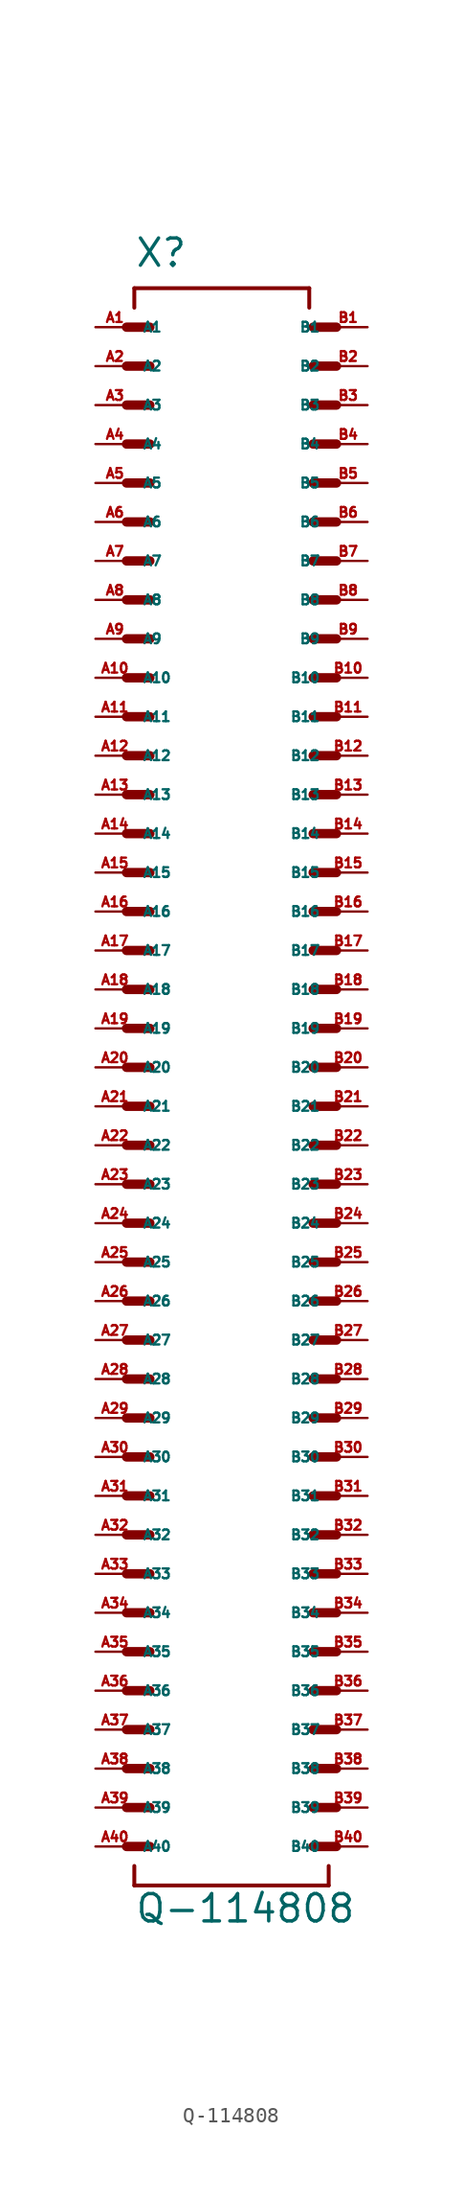
<source format=kicad_sym>
(kicad_symbol_lib
  (version 20220914)
  (generator Eagle2Kicad)
  (symbol "Q-114808"
    (property "Reference" "X"
      (at -5.08 52.07 0)
      (effects (font (size 1.778 1.778) (thickness 0.22)) (justify left bottom)))
    (property "Value" "Q-114808"
      (at -5.08 -55.88 0)
      (effects (font (size 1.778 1.778) (thickness 0.22)) (justify left bottom)))
    (polyline
      (pts (xy -5.588 48.26) (xy -4.064 48.26))
      (stroke (width 0.61) (type default))
      (fill (type none)))
    (polyline
      (pts (xy -5.588 45.72) (xy -4.064 45.72))
      (stroke (width 0.61) (type default))
      (fill (type none)))
    (polyline
      (pts (xy -5.588 43.18) (xy -4.064 43.18))
      (stroke (width 0.61) (type default))
      (fill (type none)))
    (polyline
      (pts (xy -5.588 40.64) (xy -4.064 40.64))
      (stroke (width 0.61) (type default))
      (fill (type none)))
    (polyline
      (pts (xy -5.588 38.1) (xy -4.064 38.1))
      (stroke (width 0.61) (type default))
      (fill (type none)))
    (polyline
      (pts (xy -5.588 35.56) (xy -4.064 35.56))
      (stroke (width 0.61) (type default))
      (fill (type none)))
    (polyline
      (pts (xy 8.128 35.56) (xy 6.604 35.56))
      (stroke (width 0.61) (type default))
      (fill (type none)))
    (polyline
      (pts (xy 8.128 38.1) (xy 6.604 38.1))
      (stroke (width 0.61) (type default))
      (fill (type none)))
    (polyline
      (pts (xy 8.128 40.64) (xy 6.604 40.64))
      (stroke (width 0.61) (type default))
      (fill (type none)))
    (polyline
      (pts (xy 8.128 43.18) (xy 6.604 43.18))
      (stroke (width 0.61) (type default))
      (fill (type none)))
    (polyline
      (pts (xy 8.128 45.72) (xy 6.604 45.72))
      (stroke (width 0.61) (type default))
      (fill (type none)))
    (polyline
      (pts (xy 8.128 48.26) (xy 6.604 48.26))
      (stroke (width 0.61) (type default))
      (fill (type none)))
    (polyline
      (pts (xy -5.08 49.53) (xy -5.08 50.8))
      (stroke (width 0.254) (type default))
      (fill (type none)))
    (polyline
      (pts (xy -5.08 50.8) (xy 6.35 50.8))
      (stroke (width 0.254) (type default))
      (fill (type none)))
    (polyline
      (pts (xy 6.35 50.8) (xy 6.35 49.53))
      (stroke (width 0.254) (type default))
      (fill (type none)))
    (polyline
      (pts (xy -5.08 -52.07) (xy -5.08 -53.34))
      (stroke (width 0.254) (type default))
      (fill (type none)))
    (polyline
      (pts (xy -5.08 -53.34) (xy 7.62 -53.34))
      (stroke (width 0.254) (type default))
      (fill (type none)))
    (polyline
      (pts (xy 7.62 -53.34) (xy 7.62 -52.07))
      (stroke (width 0.254) (type default))
      (fill (type none)))
    (polyline
      (pts (xy -5.588 33.02) (xy -4.064 33.02))
      (stroke (width 0.61) (type default))
      (fill (type none)))
    (polyline
      (pts (xy -5.588 30.48) (xy -4.064 30.48))
      (stroke (width 0.61) (type default))
      (fill (type none)))
    (polyline
      (pts (xy -5.588 27.94) (xy -4.064 27.94))
      (stroke (width 0.61) (type default))
      (fill (type none)))
    (polyline
      (pts (xy -5.588 25.4) (xy -4.064 25.4))
      (stroke (width 0.61) (type default))
      (fill (type none)))
    (polyline
      (pts (xy -5.588 22.86) (xy -4.064 22.86))
      (stroke (width 0.61) (type default))
      (fill (type none)))
    (polyline
      (pts (xy -5.588 20.32) (xy -4.064 20.32))
      (stroke (width 0.61) (type default))
      (fill (type none)))
    (polyline
      (pts (xy 8.128 20.32) (xy 6.604 20.32))
      (stroke (width 0.61) (type default))
      (fill (type none)))
    (polyline
      (pts (xy 8.128 22.86) (xy 6.604 22.86))
      (stroke (width 0.61) (type default))
      (fill (type none)))
    (polyline
      (pts (xy 8.128 25.4) (xy 6.604 25.4))
      (stroke (width 0.61) (type default))
      (fill (type none)))
    (polyline
      (pts (xy 8.128 27.94) (xy 6.604 27.94))
      (stroke (width 0.61) (type default))
      (fill (type none)))
    (polyline
      (pts (xy 8.128 30.48) (xy 6.604 30.48))
      (stroke (width 0.61) (type default))
      (fill (type none)))
    (polyline
      (pts (xy 8.128 33.02) (xy 6.604 33.02))
      (stroke (width 0.61) (type default))
      (fill (type none)))
    (polyline
      (pts (xy -5.588 17.78) (xy -4.064 17.78))
      (stroke (width 0.61) (type default))
      (fill (type none)))
    (polyline
      (pts (xy 8.128 17.78) (xy 6.604 17.78))
      (stroke (width 0.61) (type default))
      (fill (type none)))
    (polyline
      (pts (xy -5.588 15.24) (xy -4.064 15.24))
      (stroke (width 0.61) (type default))
      (fill (type none)))
    (polyline
      (pts (xy -5.588 12.7) (xy -4.064 12.7))
      (stroke (width 0.61) (type default))
      (fill (type none)))
    (polyline
      (pts (xy -5.588 10.16) (xy -4.064 10.16))
      (stroke (width 0.61) (type default))
      (fill (type none)))
    (polyline
      (pts (xy -5.588 7.62) (xy -4.064 7.62))
      (stroke (width 0.61) (type default))
      (fill (type none)))
    (polyline
      (pts (xy -5.588 5.08) (xy -4.064 5.08))
      (stroke (width 0.61) (type default))
      (fill (type none)))
    (polyline
      (pts (xy -5.588 2.54) (xy -4.064 2.54))
      (stroke (width 0.61) (type default))
      (fill (type none)))
    (polyline
      (pts (xy 8.128 2.54) (xy 6.604 2.54))
      (stroke (width 0.61) (type default))
      (fill (type none)))
    (polyline
      (pts (xy 8.128 5.08) (xy 6.604 5.08))
      (stroke (width 0.61) (type default))
      (fill (type none)))
    (polyline
      (pts (xy 8.128 7.62) (xy 6.604 7.62))
      (stroke (width 0.61) (type default))
      (fill (type none)))
    (polyline
      (pts (xy 8.128 10.16) (xy 6.604 10.16))
      (stroke (width 0.61) (type default))
      (fill (type none)))
    (polyline
      (pts (xy 8.128 12.7) (xy 6.604 12.7))
      (stroke (width 0.61) (type default))
      (fill (type none)))
    (polyline
      (pts (xy 8.128 15.24) (xy 6.604 15.24))
      (stroke (width 0.61) (type default))
      (fill (type none)))
    (polyline
      (pts (xy -5.588 0) (xy -4.064 0))
      (stroke (width 0.61) (type default))
      (fill (type none)))
    (polyline
      (pts (xy -5.588 -2.54) (xy -4.064 -2.54))
      (stroke (width 0.61) (type default))
      (fill (type none)))
    (polyline
      (pts (xy -5.588 -5.08) (xy -4.064 -5.08))
      (stroke (width 0.61) (type default))
      (fill (type none)))
    (polyline
      (pts (xy -5.588 -7.62) (xy -4.064 -7.62))
      (stroke (width 0.61) (type default))
      (fill (type none)))
    (polyline
      (pts (xy -5.588 -10.16) (xy -4.064 -10.16))
      (stroke (width 0.61) (type default))
      (fill (type none)))
    (polyline
      (pts (xy -5.588 -12.7) (xy -4.064 -12.7))
      (stroke (width 0.61) (type default))
      (fill (type none)))
    (polyline
      (pts (xy 8.128 -12.7) (xy 6.604 -12.7))
      (stroke (width 0.61) (type default))
      (fill (type none)))
    (polyline
      (pts (xy 8.128 -10.16) (xy 6.604 -10.16))
      (stroke (width 0.61) (type default))
      (fill (type none)))
    (polyline
      (pts (xy 8.128 -7.62) (xy 6.604 -7.62))
      (stroke (width 0.61) (type default))
      (fill (type none)))
    (polyline
      (pts (xy 8.128 -5.08) (xy 6.604 -5.08))
      (stroke (width 0.61) (type default))
      (fill (type none)))
    (polyline
      (pts (xy 8.128 -2.54) (xy 6.604 -2.54))
      (stroke (width 0.61) (type default))
      (fill (type none)))
    (polyline
      (pts (xy 8.128 0) (xy 6.604 0))
      (stroke (width 0.61) (type default))
      (fill (type none)))
    (polyline
      (pts (xy -5.588 -15.24) (xy -4.064 -15.24))
      (stroke (width 0.61) (type default))
      (fill (type none)))
    (polyline
      (pts (xy -5.588 -17.78) (xy -4.064 -17.78))
      (stroke (width 0.61) (type default))
      (fill (type none)))
    (polyline
      (pts (xy -5.588 -20.32) (xy -4.064 -20.32))
      (stroke (width 0.61) (type default))
      (fill (type none)))
    (polyline
      (pts (xy -5.588 -22.86) (xy -4.064 -22.86))
      (stroke (width 0.61) (type default))
      (fill (type none)))
    (polyline
      (pts (xy -5.588 -25.4) (xy -4.064 -25.4))
      (stroke (width 0.61) (type default))
      (fill (type none)))
    (polyline
      (pts (xy -5.588 -27.94) (xy -4.064 -27.94))
      (stroke (width 0.61) (type default))
      (fill (type none)))
    (polyline
      (pts (xy 8.128 -27.94) (xy 6.604 -27.94))
      (stroke (width 0.61) (type default))
      (fill (type none)))
    (polyline
      (pts (xy 8.128 -25.4) (xy 6.604 -25.4))
      (stroke (width 0.61) (type default))
      (fill (type none)))
    (polyline
      (pts (xy 8.128 -22.86) (xy 6.604 -22.86))
      (stroke (width 0.61) (type default))
      (fill (type none)))
    (polyline
      (pts (xy 8.128 -20.32) (xy 6.604 -20.32))
      (stroke (width 0.61) (type default))
      (fill (type none)))
    (polyline
      (pts (xy 8.128 -17.78) (xy 6.604 -17.78))
      (stroke (width 0.61) (type default))
      (fill (type none)))
    (polyline
      (pts (xy 8.128 -15.24) (xy 6.604 -15.24))
      (stroke (width 0.61) (type default))
      (fill (type none)))
    (polyline
      (pts (xy -5.588 -30.48) (xy -4.064 -30.48))
      (stroke (width 0.61) (type default))
      (fill (type none)))
    (polyline
      (pts (xy -5.588 -33.02) (xy -4.064 -33.02))
      (stroke (width 0.61) (type default))
      (fill (type none)))
    (polyline
      (pts (xy -5.588 -35.56) (xy -4.064 -35.56))
      (stroke (width 0.61) (type default))
      (fill (type none)))
    (polyline
      (pts (xy 8.128 -35.56) (xy 6.604 -35.56))
      (stroke (width 0.61) (type default))
      (fill (type none)))
    (polyline
      (pts (xy 8.128 -33.02) (xy 6.604 -33.02))
      (stroke (width 0.61) (type default))
      (fill (type none)))
    (polyline
      (pts (xy 8.128 -30.48) (xy 6.604 -30.48))
      (stroke (width 0.61) (type default))
      (fill (type none)))
    (polyline
      (pts (xy -5.588 -38.1) (xy -4.064 -38.1))
      (stroke (width 0.61) (type default))
      (fill (type none)))
    (polyline
      (pts (xy -5.588 -40.64) (xy -4.064 -40.64))
      (stroke (width 0.61) (type default))
      (fill (type none)))
    (polyline
      (pts (xy -5.588 -43.18) (xy -4.064 -43.18))
      (stroke (width 0.61) (type default))
      (fill (type none)))
    (polyline
      (pts (xy 8.128 -43.18) (xy 6.604 -43.18))
      (stroke (width 0.61) (type default))
      (fill (type none)))
    (polyline
      (pts (xy 8.128 -40.64) (xy 6.604 -40.64))
      (stroke (width 0.61) (type default))
      (fill (type none)))
    (polyline
      (pts (xy 8.128 -38.1) (xy 6.604 -38.1))
      (stroke (width 0.61) (type default))
      (fill (type none)))
    (polyline
      (pts (xy -5.588 -45.72) (xy -4.064 -45.72))
      (stroke (width 0.61) (type default))
      (fill (type none)))
    (polyline
      (pts (xy -5.588 -48.26) (xy -4.064 -48.26))
      (stroke (width 0.61) (type default))
      (fill (type none)))
    (polyline
      (pts (xy -5.588 -50.8) (xy -4.064 -50.8))
      (stroke (width 0.61) (type default))
      (fill (type none)))
    (polyline
      (pts (xy 8.128 -50.8) (xy 6.604 -50.8))
      (stroke (width 0.61) (type default))
      (fill (type none)))
    (polyline
      (pts (xy 8.128 -48.26) (xy 6.604 -48.26))
      (stroke (width 0.61) (type default))
      (fill (type none)))
    (polyline
      (pts (xy 8.128 -45.72) (xy 6.604 -45.72))
      (stroke (width 0.61) (type default))
      (fill (type none)))
    (pin passive line
      (at -7.62 48.26 0)
      (length 2.54)
      (name "A1" (effects (font (size 0.635 0.635) (thickness 0.08)) (justify left bottom)))
      (number "A1" (effects (font (size 0.635 0.635) (thickness 0.08)) (justify left bottom))))
    (pin passive line
      (at -7.62 45.72 0)
      (length 2.54)
      (name "A2" (effects (font (size 0.635 0.635) (thickness 0.08)) (justify left bottom)))
      (number "A2" (effects (font (size 0.635 0.635) (thickness 0.08)) (justify left bottom))))
    (pin passive line
      (at -7.62 43.18 0)
      (length 2.54)
      (name "A3" (effects (font (size 0.635 0.635) (thickness 0.08)) (justify left bottom)))
      (number "A3" (effects (font (size 0.635 0.635) (thickness 0.08)) (justify left bottom))))
    (pin passive line
      (at -7.62 40.64 0)
      (length 2.54)
      (name "A4" (effects (font (size 0.635 0.635) (thickness 0.08)) (justify left bottom)))
      (number "A4" (effects (font (size 0.635 0.635) (thickness 0.08)) (justify left bottom))))
    (pin passive line
      (at -7.62 38.1 0)
      (length 2.54)
      (name "A5" (effects (font (size 0.635 0.635) (thickness 0.08)) (justify left bottom)))
      (number "A5" (effects (font (size 0.635 0.635) (thickness 0.08)) (justify left bottom))))
    (pin passive line
      (at -7.62 35.56 0)
      (length 2.54)
      (name "A6" (effects (font (size 0.635 0.635) (thickness 0.08)) (justify left bottom)))
      (number "A6" (effects (font (size 0.635 0.635) (thickness 0.08)) (justify left bottom))))
    (pin passive line
      (at 10.16 48.26 180)
      (length 2.54)
      (name "B1" (effects (font (size 0.635 0.635) (thickness 0.08)) (justify left bottom)))
      (number "B1" (effects (font (size 0.635 0.635) (thickness 0.08)) (justify left bottom))))
    (pin passive line
      (at 10.16 45.72 180)
      (length 2.54)
      (name "B2" (effects (font (size 0.635 0.635) (thickness 0.08)) (justify left bottom)))
      (number "B2" (effects (font (size 0.635 0.635) (thickness 0.08)) (justify left bottom))))
    (pin passive line
      (at 10.16 43.18 180)
      (length 2.54)
      (name "B3" (effects (font (size 0.635 0.635) (thickness 0.08)) (justify left bottom)))
      (number "B3" (effects (font (size 0.635 0.635) (thickness 0.08)) (justify left bottom))))
    (pin passive line
      (at 10.16 40.64 180)
      (length 2.54)
      (name "B4" (effects (font (size 0.635 0.635) (thickness 0.08)) (justify left bottom)))
      (number "B4" (effects (font (size 0.635 0.635) (thickness 0.08)) (justify left bottom))))
    (pin passive line
      (at 10.16 38.1 180)
      (length 2.54)
      (name "B5" (effects (font (size 0.635 0.635) (thickness 0.08)) (justify left bottom)))
      (number "B5" (effects (font (size 0.635 0.635) (thickness 0.08)) (justify left bottom))))
    (pin passive line
      (at 10.16 35.56 180)
      (length 2.54)
      (name "B6" (effects (font (size 0.635 0.635) (thickness 0.08)) (justify left bottom)))
      (number "B6" (effects (font (size 0.635 0.635) (thickness 0.08)) (justify left bottom))))
    (pin passive line
      (at -7.62 33.02 0)
      (length 2.54)
      (name "A7" (effects (font (size 0.635 0.635) (thickness 0.08)) (justify left bottom)))
      (number "A7" (effects (font (size 0.635 0.635) (thickness 0.08)) (justify left bottom))))
    (pin passive line
      (at -7.62 30.48 0)
      (length 2.54)
      (name "A8" (effects (font (size 0.635 0.635) (thickness 0.08)) (justify left bottom)))
      (number "A8" (effects (font (size 0.635 0.635) (thickness 0.08)) (justify left bottom))))
    (pin passive line
      (at -7.62 27.94 0)
      (length 2.54)
      (name "A9" (effects (font (size 0.635 0.635) (thickness 0.08)) (justify left bottom)))
      (number "A9" (effects (font (size 0.635 0.635) (thickness 0.08)) (justify left bottom))))
    (pin passive line
      (at -7.62 25.4 0)
      (length 2.54)
      (name "A10" (effects (font (size 0.635 0.635) (thickness 0.08)) (justify left bottom)))
      (number "A10" (effects (font (size 0.635 0.635) (thickness 0.08)) (justify left bottom))))
    (pin passive line
      (at -7.62 22.86 0)
      (length 2.54)
      (name "A11" (effects (font (size 0.635 0.635) (thickness 0.08)) (justify left bottom)))
      (number "A11" (effects (font (size 0.635 0.635) (thickness 0.08)) (justify left bottom))))
    (pin passive line
      (at -7.62 20.32 0)
      (length 2.54)
      (name "A12" (effects (font (size 0.635 0.635) (thickness 0.08)) (justify left bottom)))
      (number "A12" (effects (font (size 0.635 0.635) (thickness 0.08)) (justify left bottom))))
    (pin passive line
      (at 10.16 33.02 180)
      (length 2.54)
      (name "B7" (effects (font (size 0.635 0.635) (thickness 0.08)) (justify left bottom)))
      (number "B7" (effects (font (size 0.635 0.635) (thickness 0.08)) (justify left bottom))))
    (pin passive line
      (at 10.16 30.48 180)
      (length 2.54)
      (name "B8" (effects (font (size 0.635 0.635) (thickness 0.08)) (justify left bottom)))
      (number "B8" (effects (font (size 0.635 0.635) (thickness 0.08)) (justify left bottom))))
    (pin passive line
      (at 10.16 27.94 180)
      (length 2.54)
      (name "B9" (effects (font (size 0.635 0.635) (thickness 0.08)) (justify left bottom)))
      (number "B9" (effects (font (size 0.635 0.635) (thickness 0.08)) (justify left bottom))))
    (pin passive line
      (at 10.16 25.4 180)
      (length 2.54)
      (name "B10" (effects (font (size 0.635 0.635) (thickness 0.08)) (justify left bottom)))
      (number "B10" (effects (font (size 0.635 0.635) (thickness 0.08)) (justify left bottom))))
    (pin passive line
      (at 10.16 22.86 180)
      (length 2.54)
      (name "B11" (effects (font (size 0.635 0.635) (thickness 0.08)) (justify left bottom)))
      (number "B11" (effects (font (size 0.635 0.635) (thickness 0.08)) (justify left bottom))))
    (pin passive line
      (at 10.16 20.32 180)
      (length 2.54)
      (name "B12" (effects (font (size 0.635 0.635) (thickness 0.08)) (justify left bottom)))
      (number "B12" (effects (font (size 0.635 0.635) (thickness 0.08)) (justify left bottom))))
    (pin passive line
      (at -7.62 17.78 0)
      (length 2.54)
      (name "A13" (effects (font (size 0.635 0.635) (thickness 0.08)) (justify left bottom)))
      (number "A13" (effects (font (size 0.635 0.635) (thickness 0.08)) (justify left bottom))))
    (pin passive line
      (at 10.16 17.78 180)
      (length 2.54)
      (name "B13" (effects (font (size 0.635 0.635) (thickness 0.08)) (justify left bottom)))
      (number "B13" (effects (font (size 0.635 0.635) (thickness 0.08)) (justify left bottom))))
    (pin passive line
      (at -7.62 15.24 0)
      (length 2.54)
      (name "A14" (effects (font (size 0.635 0.635) (thickness 0.08)) (justify left bottom)))
      (number "A14" (effects (font (size 0.635 0.635) (thickness 0.08)) (justify left bottom))))
    (pin passive line
      (at -7.62 12.7 0)
      (length 2.54)
      (name "A15" (effects (font (size 0.635 0.635) (thickness 0.08)) (justify left bottom)))
      (number "A15" (effects (font (size 0.635 0.635) (thickness 0.08)) (justify left bottom))))
    (pin passive line
      (at -7.62 10.16 0)
      (length 2.54)
      (name "A16" (effects (font (size 0.635 0.635) (thickness 0.08)) (justify left bottom)))
      (number "A16" (effects (font (size 0.635 0.635) (thickness 0.08)) (justify left bottom))))
    (pin passive line
      (at -7.62 7.62 0)
      (length 2.54)
      (name "A17" (effects (font (size 0.635 0.635) (thickness 0.08)) (justify left bottom)))
      (number "A17" (effects (font (size 0.635 0.635) (thickness 0.08)) (justify left bottom))))
    (pin passive line
      (at -7.62 5.08 0)
      (length 2.54)
      (name "A18" (effects (font (size 0.635 0.635) (thickness 0.08)) (justify left bottom)))
      (number "A18" (effects (font (size 0.635 0.635) (thickness 0.08)) (justify left bottom))))
    (pin passive line
      (at -7.62 2.54 0)
      (length 2.54)
      (name "A19" (effects (font (size 0.635 0.635) (thickness 0.08)) (justify left bottom)))
      (number "A19" (effects (font (size 0.635 0.635) (thickness 0.08)) (justify left bottom))))
    (pin passive line
      (at 10.16 15.24 180)
      (length 2.54)
      (name "B14" (effects (font (size 0.635 0.635) (thickness 0.08)) (justify left bottom)))
      (number "B14" (effects (font (size 0.635 0.635) (thickness 0.08)) (justify left bottom))))
    (pin passive line
      (at 10.16 12.7 180)
      (length 2.54)
      (name "B15" (effects (font (size 0.635 0.635) (thickness 0.08)) (justify left bottom)))
      (number "B15" (effects (font (size 0.635 0.635) (thickness 0.08)) (justify left bottom))))
    (pin passive line
      (at 10.16 10.16 180)
      (length 2.54)
      (name "B16" (effects (font (size 0.635 0.635) (thickness 0.08)) (justify left bottom)))
      (number "B16" (effects (font (size 0.635 0.635) (thickness 0.08)) (justify left bottom))))
    (pin passive line
      (at 10.16 7.62 180)
      (length 2.54)
      (name "B17" (effects (font (size 0.635 0.635) (thickness 0.08)) (justify left bottom)))
      (number "B17" (effects (font (size 0.635 0.635) (thickness 0.08)) (justify left bottom))))
    (pin passive line
      (at 10.16 5.08 180)
      (length 2.54)
      (name "B18" (effects (font (size 0.635 0.635) (thickness 0.08)) (justify left bottom)))
      (number "B18" (effects (font (size 0.635 0.635) (thickness 0.08)) (justify left bottom))))
    (pin passive line
      (at 10.16 2.54 180)
      (length 2.54)
      (name "B19" (effects (font (size 0.635 0.635) (thickness 0.08)) (justify left bottom)))
      (number "B19" (effects (font (size 0.635 0.635) (thickness 0.08)) (justify left bottom))))
    (pin passive line
      (at -7.62 0 0)
      (length 2.54)
      (name "A20" (effects (font (size 0.635 0.635) (thickness 0.08)) (justify left bottom)))
      (number "A20" (effects (font (size 0.635 0.635) (thickness 0.08)) (justify left bottom))))
    (pin passive line
      (at -7.62 -2.54 0)
      (length 2.54)
      (name "A21" (effects (font (size 0.635 0.635) (thickness 0.08)) (justify left bottom)))
      (number "A21" (effects (font (size 0.635 0.635) (thickness 0.08)) (justify left bottom))))
    (pin passive line
      (at -7.62 -5.08 0)
      (length 2.54)
      (name "A22" (effects (font (size 0.635 0.635) (thickness 0.08)) (justify left bottom)))
      (number "A22" (effects (font (size 0.635 0.635) (thickness 0.08)) (justify left bottom))))
    (pin passive line
      (at -7.62 -7.62 0)
      (length 2.54)
      (name "A23" (effects (font (size 0.635 0.635) (thickness 0.08)) (justify left bottom)))
      (number "A23" (effects (font (size 0.635 0.635) (thickness 0.08)) (justify left bottom))))
    (pin passive line
      (at -7.62 -10.16 0)
      (length 2.54)
      (name "A24" (effects (font (size 0.635 0.635) (thickness 0.08)) (justify left bottom)))
      (number "A24" (effects (font (size 0.635 0.635) (thickness 0.08)) (justify left bottom))))
    (pin passive line
      (at -7.62 -12.7 0)
      (length 2.54)
      (name "A25" (effects (font (size 0.635 0.635) (thickness 0.08)) (justify left bottom)))
      (number "A25" (effects (font (size 0.635 0.635) (thickness 0.08)) (justify left bottom))))
    (pin passive line
      (at 10.16 0 180)
      (length 2.54)
      (name "B20" (effects (font (size 0.635 0.635) (thickness 0.08)) (justify left bottom)))
      (number "B20" (effects (font (size 0.635 0.635) (thickness 0.08)) (justify left bottom))))
    (pin passive line
      (at 10.16 -2.54 180)
      (length 2.54)
      (name "B21" (effects (font (size 0.635 0.635) (thickness 0.08)) (justify left bottom)))
      (number "B21" (effects (font (size 0.635 0.635) (thickness 0.08)) (justify left bottom))))
    (pin passive line
      (at 10.16 -5.08 180)
      (length 2.54)
      (name "B22" (effects (font (size 0.635 0.635) (thickness 0.08)) (justify left bottom)))
      (number "B22" (effects (font (size 0.635 0.635) (thickness 0.08)) (justify left bottom))))
    (pin passive line
      (at 10.16 -7.62 180)
      (length 2.54)
      (name "B23" (effects (font (size 0.635 0.635) (thickness 0.08)) (justify left bottom)))
      (number "B23" (effects (font (size 0.635 0.635) (thickness 0.08)) (justify left bottom))))
    (pin passive line
      (at 10.16 -10.16 180)
      (length 2.54)
      (name "B24" (effects (font (size 0.635 0.635) (thickness 0.08)) (justify left bottom)))
      (number "B24" (effects (font (size 0.635 0.635) (thickness 0.08)) (justify left bottom))))
    (pin passive line
      (at 10.16 -12.7 180)
      (length 2.54)
      (name "B25" (effects (font (size 0.635 0.635) (thickness 0.08)) (justify left bottom)))
      (number "B25" (effects (font (size 0.635 0.635) (thickness 0.08)) (justify left bottom))))
    (pin passive line
      (at -7.62 -15.24 0)
      (length 2.54)
      (name "A26" (effects (font (size 0.635 0.635) (thickness 0.08)) (justify left bottom)))
      (number "A26" (effects (font (size 0.635 0.635) (thickness 0.08)) (justify left bottom))))
    (pin passive line
      (at -7.62 -17.78 0)
      (length 2.54)
      (name "A27" (effects (font (size 0.635 0.635) (thickness 0.08)) (justify left bottom)))
      (number "A27" (effects (font (size 0.635 0.635) (thickness 0.08)) (justify left bottom))))
    (pin passive line
      (at -7.62 -20.32 0)
      (length 2.54)
      (name "A28" (effects (font (size 0.635 0.635) (thickness 0.08)) (justify left bottom)))
      (number "A28" (effects (font (size 0.635 0.635) (thickness 0.08)) (justify left bottom))))
    (pin passive line
      (at -7.62 -22.86 0)
      (length 2.54)
      (name "A29" (effects (font (size 0.635 0.635) (thickness 0.08)) (justify left bottom)))
      (number "A29" (effects (font (size 0.635 0.635) (thickness 0.08)) (justify left bottom))))
    (pin passive line
      (at -7.62 -25.4 0)
      (length 2.54)
      (name "A30" (effects (font (size 0.635 0.635) (thickness 0.08)) (justify left bottom)))
      (number "A30" (effects (font (size 0.635 0.635) (thickness 0.08)) (justify left bottom))))
    (pin passive line
      (at -7.62 -27.94 0)
      (length 2.54)
      (name "A31" (effects (font (size 0.635 0.635) (thickness 0.08)) (justify left bottom)))
      (number "A31" (effects (font (size 0.635 0.635) (thickness 0.08)) (justify left bottom))))
    (pin passive line
      (at 10.16 -15.24 180)
      (length 2.54)
      (name "B26" (effects (font (size 0.635 0.635) (thickness 0.08)) (justify left bottom)))
      (number "B26" (effects (font (size 0.635 0.635) (thickness 0.08)) (justify left bottom))))
    (pin passive line
      (at 10.16 -17.78 180)
      (length 2.54)
      (name "B27" (effects (font (size 0.635 0.635) (thickness 0.08)) (justify left bottom)))
      (number "B27" (effects (font (size 0.635 0.635) (thickness 0.08)) (justify left bottom))))
    (pin passive line
      (at 10.16 -20.32 180)
      (length 2.54)
      (name "B28" (effects (font (size 0.635 0.635) (thickness 0.08)) (justify left bottom)))
      (number "B28" (effects (font (size 0.635 0.635) (thickness 0.08)) (justify left bottom))))
    (pin passive line
      (at 10.16 -22.86 180)
      (length 2.54)
      (name "B29" (effects (font (size 0.635 0.635) (thickness 0.08)) (justify left bottom)))
      (number "B29" (effects (font (size 0.635 0.635) (thickness 0.08)) (justify left bottom))))
    (pin passive line
      (at 10.16 -25.4 180)
      (length 2.54)
      (name "B30" (effects (font (size 0.635 0.635) (thickness 0.08)) (justify left bottom)))
      (number "B30" (effects (font (size 0.635 0.635) (thickness 0.08)) (justify left bottom))))
    (pin passive line
      (at 10.16 -27.94 180)
      (length 2.54)
      (name "B31" (effects (font (size 0.635 0.635) (thickness 0.08)) (justify left bottom)))
      (number "B31" (effects (font (size 0.635 0.635) (thickness 0.08)) (justify left bottom))))
    (pin passive line
      (at -7.62 -30.48 0)
      (length 2.54)
      (name "A32" (effects (font (size 0.635 0.635) (thickness 0.08)) (justify left bottom)))
      (number "A32" (effects (font (size 0.635 0.635) (thickness 0.08)) (justify left bottom))))
    (pin passive line
      (at -7.62 -33.02 0)
      (length 2.54)
      (name "A33" (effects (font (size 0.635 0.635) (thickness 0.08)) (justify left bottom)))
      (number "A33" (effects (font (size 0.635 0.635) (thickness 0.08)) (justify left bottom))))
    (pin passive line
      (at -7.62 -35.56 0)
      (length 2.54)
      (name "A34" (effects (font (size 0.635 0.635) (thickness 0.08)) (justify left bottom)))
      (number "A34" (effects (font (size 0.635 0.635) (thickness 0.08)) (justify left bottom))))
    (pin passive line
      (at 10.16 -30.48 180)
      (length 2.54)
      (name "B32" (effects (font (size 0.635 0.635) (thickness 0.08)) (justify left bottom)))
      (number "B32" (effects (font (size 0.635 0.635) (thickness 0.08)) (justify left bottom))))
    (pin passive line
      (at 10.16 -33.02 180)
      (length 2.54)
      (name "B33" (effects (font (size 0.635 0.635) (thickness 0.08)) (justify left bottom)))
      (number "B33" (effects (font (size 0.635 0.635) (thickness 0.08)) (justify left bottom))))
    (pin passive line
      (at 10.16 -35.56 180)
      (length 2.54)
      (name "B34" (effects (font (size 0.635 0.635) (thickness 0.08)) (justify left bottom)))
      (number "B34" (effects (font (size 0.635 0.635) (thickness 0.08)) (justify left bottom))))
    (pin passive line
      (at -7.62 -38.1 0)
      (length 2.54)
      (name "A35" (effects (font (size 0.635 0.635) (thickness 0.08)) (justify left bottom)))
      (number "A35" (effects (font (size 0.635 0.635) (thickness 0.08)) (justify left bottom))))
    (pin passive line
      (at -7.62 -40.64 0)
      (length 2.54)
      (name "A36" (effects (font (size 0.635 0.635) (thickness 0.08)) (justify left bottom)))
      (number "A36" (effects (font (size 0.635 0.635) (thickness 0.08)) (justify left bottom))))
    (pin passive line
      (at -7.62 -43.18 0)
      (length 2.54)
      (name "A37" (effects (font (size 0.635 0.635) (thickness 0.08)) (justify left bottom)))
      (number "A37" (effects (font (size 0.635 0.635) (thickness 0.08)) (justify left bottom))))
    (pin passive line
      (at 10.16 -38.1 180)
      (length 2.54)
      (name "B35" (effects (font (size 0.635 0.635) (thickness 0.08)) (justify left bottom)))
      (number "B35" (effects (font (size 0.635 0.635) (thickness 0.08)) (justify left bottom))))
    (pin passive line
      (at 10.16 -40.64 180)
      (length 2.54)
      (name "B36" (effects (font (size 0.635 0.635) (thickness 0.08)) (justify left bottom)))
      (number "B36" (effects (font (size 0.635 0.635) (thickness 0.08)) (justify left bottom))))
    (pin passive line
      (at 10.16 -43.18 180)
      (length 2.54)
      (name "B37" (effects (font (size 0.635 0.635) (thickness 0.08)) (justify left bottom)))
      (number "B37" (effects (font (size 0.635 0.635) (thickness 0.08)) (justify left bottom))))
    (pin passive line
      (at -7.62 -45.72 0)
      (length 2.54)
      (name "A38" (effects (font (size 0.635 0.635) (thickness 0.08)) (justify left bottom)))
      (number "A38" (effects (font (size 0.635 0.635) (thickness 0.08)) (justify left bottom))))
    (pin passive line
      (at -7.62 -48.26 0)
      (length 2.54)
      (name "A39" (effects (font (size 0.635 0.635) (thickness 0.08)) (justify left bottom)))
      (number "A39" (effects (font (size 0.635 0.635) (thickness 0.08)) (justify left bottom))))
    (pin passive line
      (at -7.62 -50.8 0)
      (length 2.54)
      (name "A40" (effects (font (size 0.635 0.635) (thickness 0.08)) (justify left bottom)))
      (number "A40" (effects (font (size 0.635 0.635) (thickness 0.08)) (justify left bottom))))
    (pin passive line
      (at 10.16 -45.72 180)
      (length 2.54)
      (name "B38" (effects (font (size 0.635 0.635) (thickness 0.08)) (justify left bottom)))
      (number "B38" (effects (font (size 0.635 0.635) (thickness 0.08)) (justify left bottom))))
    (pin passive line
      (at 10.16 -48.26 180)
      (length 2.54)
      (name "B39" (effects (font (size 0.635 0.635) (thickness 0.08)) (justify left bottom)))
      (number "B39" (effects (font (size 0.635 0.635) (thickness 0.08)) (justify left bottom))))
    (pin passive line
      (at 10.16 -50.8 180)
      (length 2.54)
      (name "B40" (effects (font (size 0.635 0.635) (thickness 0.08)) (justify left bottom)))
      (number "B40" (effects (font (size 0.635 0.635) (thickness 0.08)) (justify left bottom))))))
</source>
